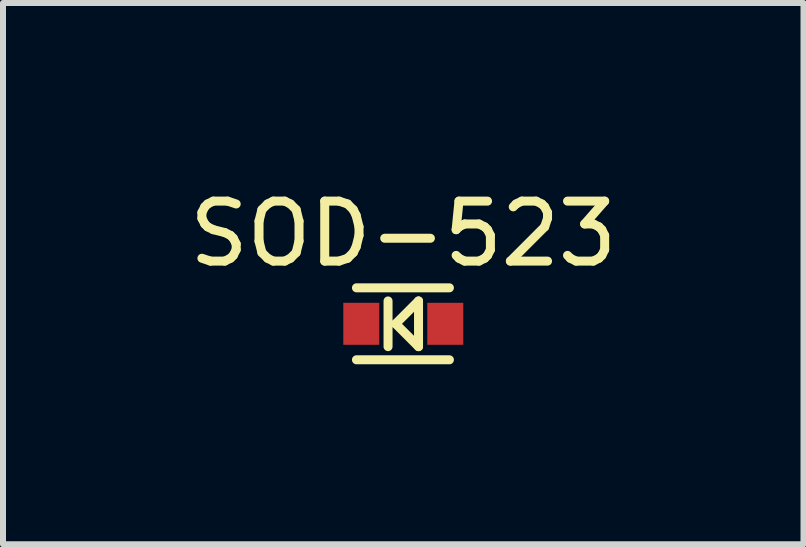
<source format=kicad_pcb>
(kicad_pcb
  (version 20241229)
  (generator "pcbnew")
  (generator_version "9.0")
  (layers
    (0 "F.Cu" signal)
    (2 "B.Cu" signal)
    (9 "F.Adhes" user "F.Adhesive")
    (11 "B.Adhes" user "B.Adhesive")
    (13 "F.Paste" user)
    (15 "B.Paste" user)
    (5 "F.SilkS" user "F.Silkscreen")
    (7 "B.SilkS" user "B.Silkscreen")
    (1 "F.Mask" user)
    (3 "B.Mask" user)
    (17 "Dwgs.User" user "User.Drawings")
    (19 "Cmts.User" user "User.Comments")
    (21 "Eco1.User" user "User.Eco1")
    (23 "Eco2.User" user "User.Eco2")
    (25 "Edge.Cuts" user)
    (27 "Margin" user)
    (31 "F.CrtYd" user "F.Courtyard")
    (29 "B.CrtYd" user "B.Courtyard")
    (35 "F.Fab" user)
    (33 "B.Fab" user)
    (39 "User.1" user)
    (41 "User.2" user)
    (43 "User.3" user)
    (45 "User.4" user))
  (footprint "SOD-523"
    (layer "F.Cu")
    (at 3.673 2.348)
    (property "Reference" "SOD-523" (at 0 -1.5 0) (layer "F.SilkS") (effects (font (size 1 1) (thickness 0.15))))
    (attr smd)
    (fp_line (start -0.781 -0.6) (end 0.769 -0.6) (stroke (width 0.15) (type solid)) (layer "F.SilkS"))
    (fp_line (start -0.781 0.6) (end 0.769 0.6) (stroke (width 0.15) (type solid)) (layer "F.SilkS"))
    (fp_line (start -0.254 0.381) (end -0.254 -0.381) (stroke (width 0.15) (type solid)) (layer "F.SilkS"))
    (fp_line (start -0.127 0) (end 0.254 0.381) (stroke (width 0.15) (type solid)) (layer "F.SilkS"))
    (fp_line (start 0.254 -0.381) (end -0.127 0) (stroke (width 0.15) (type solid)) (layer "F.SilkS"))
    (fp_line (start 0.254 0.381) (end 0.254 -0.381) (stroke (width 0.15) (type solid)) (layer "F.SilkS"))
    (pad "1" smd rect (at -0.7 0) (size 0.6 0.7) (layers "F.Cu" "F.Mask" "F.Paste"))
    (pad "2" smd rect (at 0.7 0) (size 0.6 0.7) (layers "F.Cu" "F.Mask" "F.Paste")))
  (gr_rect
    (start -3 -3)
    (end 10.345 6.023)
    (stroke (width 0.1) (type default))
    (fill no)
    (layer "Edge.Cuts")))
</source>
